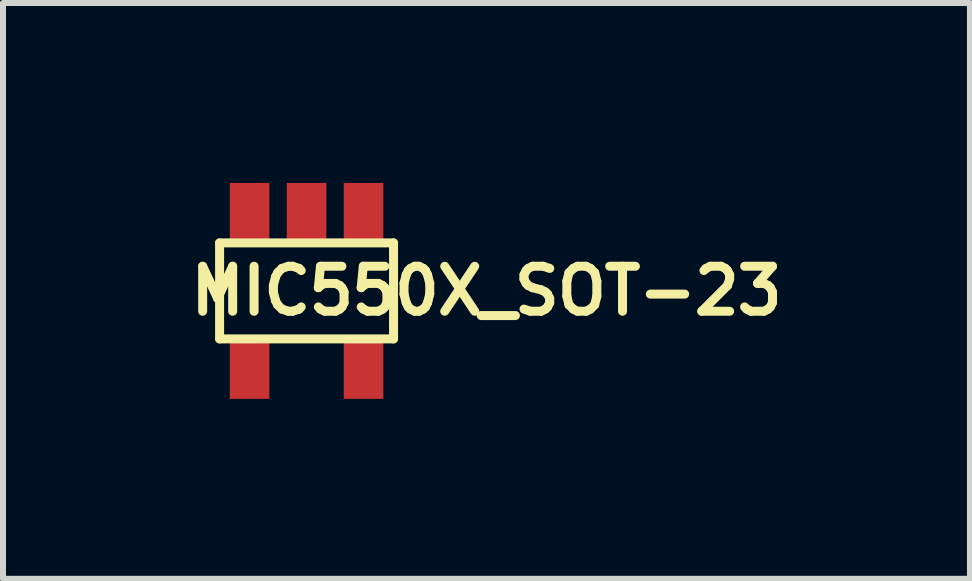
<source format=kicad_pcb>
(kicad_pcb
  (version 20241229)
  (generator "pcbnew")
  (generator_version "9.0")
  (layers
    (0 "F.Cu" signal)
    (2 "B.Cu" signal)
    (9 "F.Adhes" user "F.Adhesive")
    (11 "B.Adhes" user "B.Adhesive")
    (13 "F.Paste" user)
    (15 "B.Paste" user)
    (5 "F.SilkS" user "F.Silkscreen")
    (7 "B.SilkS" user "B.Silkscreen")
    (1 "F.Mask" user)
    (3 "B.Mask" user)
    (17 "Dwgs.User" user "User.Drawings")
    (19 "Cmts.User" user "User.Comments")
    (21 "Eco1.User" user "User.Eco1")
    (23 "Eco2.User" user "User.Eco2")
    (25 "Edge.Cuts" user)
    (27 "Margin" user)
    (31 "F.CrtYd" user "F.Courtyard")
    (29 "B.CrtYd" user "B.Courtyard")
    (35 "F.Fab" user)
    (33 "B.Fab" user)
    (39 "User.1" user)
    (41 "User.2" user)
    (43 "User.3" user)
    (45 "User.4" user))
  (footprint "MIC550X_SOT-23"
    (layer "F.Cu")
    (at 2.061 1.8)
    (property "Reference" "MIC550X_SOT-23" (at 3 0 0) (layer "F.SilkS") (effects (font (size 0.75 0.75) (thickness 0.15))))
    (attr through_hole)
    (fp_line (start -1.45 -0.8) (end 1.45 -0.8) (stroke (width 0.15) (type solid)) (layer "F.SilkS"))
    (fp_line (start -1.45 0.8) (end -1.45 -0.8) (stroke (width 0.15) (type solid)) (layer "F.SilkS"))
    (fp_line (start 1.45 -0.8) (end 1.45 0.8) (stroke (width 0.15) (type solid)) (layer "F.SilkS"))
    (fp_line (start 1.45 0.8) (end -1.45 0.8) (stroke (width 0.15) (type solid)) (layer "F.SilkS"))
    (pad "1" smd rect (at 0.95 -1.3) (size 0.66 1) (layers "F.Cu" "F.Mask" "F.Paste"))
    (pad "2" smd rect (at 0 -1.3) (size 0.66 1) (layers "F.Cu" "F.Mask" "F.Paste"))
    (pad "3" smd rect (at -0.95 -1.3) (size 0.66 1) (layers "F.Cu" "F.Mask" "F.Paste"))
    (pad "4" smd rect (at 0.95 1.3) (size 0.66 1) (layers "F.Cu" "F.Mask" "F.Paste"))
    (pad "5" smd rect (at -0.95 1.3) (size 0.66 1) (layers "F.Cu" "F.Mask" "F.Paste")))
  (gr_rect
    (start -3 -3)
    (end 13.121 6.6)
    (stroke (width 0.1) (type default))
    (fill no)
    (layer "Edge.Cuts")))
</source>
